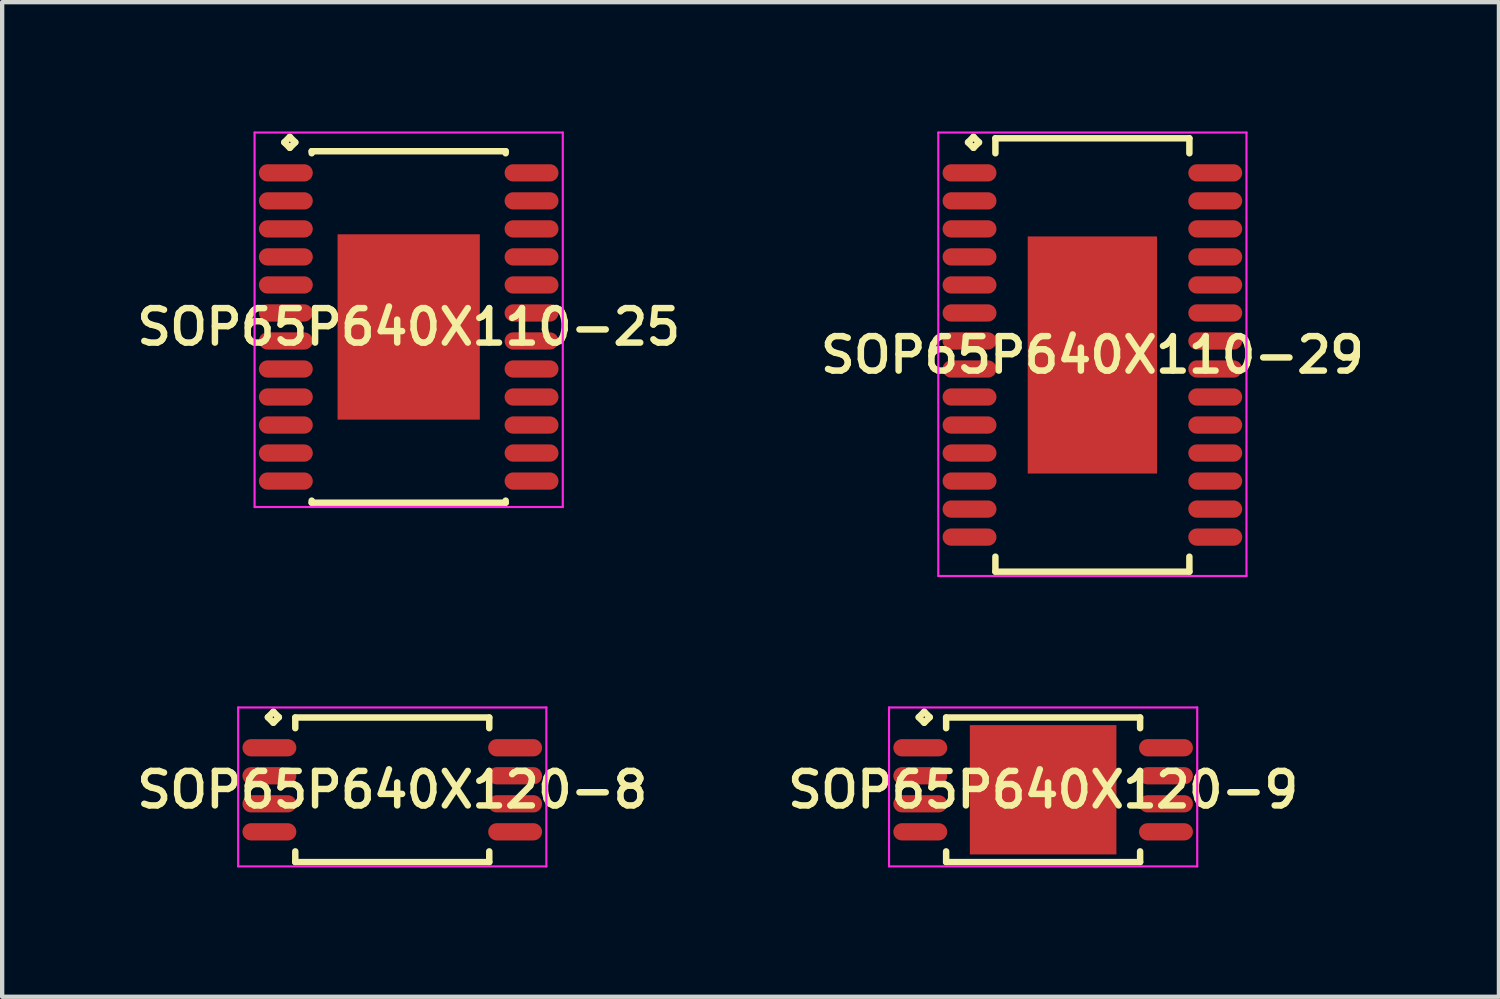
<source format=kicad_pcb>
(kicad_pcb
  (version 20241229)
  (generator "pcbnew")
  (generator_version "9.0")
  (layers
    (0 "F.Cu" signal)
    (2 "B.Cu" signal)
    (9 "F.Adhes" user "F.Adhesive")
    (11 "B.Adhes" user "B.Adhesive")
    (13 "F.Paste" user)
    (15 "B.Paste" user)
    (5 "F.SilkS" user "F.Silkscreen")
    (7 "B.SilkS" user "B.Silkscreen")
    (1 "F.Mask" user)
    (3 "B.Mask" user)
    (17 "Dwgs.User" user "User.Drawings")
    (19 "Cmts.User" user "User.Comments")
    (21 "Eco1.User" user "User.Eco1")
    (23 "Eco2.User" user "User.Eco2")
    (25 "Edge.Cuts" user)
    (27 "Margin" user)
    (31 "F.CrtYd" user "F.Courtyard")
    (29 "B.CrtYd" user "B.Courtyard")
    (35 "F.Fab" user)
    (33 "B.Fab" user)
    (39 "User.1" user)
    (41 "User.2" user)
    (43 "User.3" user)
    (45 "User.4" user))
  (footprint "SOP65P640X120-8"
    (layer "F.Cu")
    (at 6.05 15.272)
    (property "Reference" "SOP65P640X120-8" (at 0 0 0) (layer "F.SilkS") (effects (font (size 0.8 0.8) (thickness 0.15))))
    (attr smd)
    (fp_line (start -2.885 -1.683) (end -2.758 -1.81) (stroke (width 0.15) (type solid)) (layer "F.SilkS"))
    (fp_line (start -2.758 -1.81) (end -2.631 -1.683) (stroke (width 0.15) (type solid)) (layer "F.SilkS"))
    (fp_line (start -2.758 -1.556) (end -2.885 -1.683) (stroke (width 0.15) (type solid)) (layer "F.SilkS"))
    (fp_line (start -2.631 -1.683) (end -2.758 -1.556) (stroke (width 0.15) (type solid)) (layer "F.SilkS"))
    (fp_line (start -2.25 -1.677) (end 2.25 -1.677) (stroke (width 0.15) (type solid)) (layer "F.SilkS"))
    (fp_line (start -2.25 -1.429) (end -2.25 -1.677) (stroke (width 0.15) (type solid)) (layer "F.SilkS"))
    (fp_line (start -2.25 1.429) (end -2.25 1.677) (stroke (width 0.15) (type solid)) (layer "F.SilkS"))
    (fp_line (start -2.25 1.677) (end 2.25 1.677) (stroke (width 0.15) (type solid)) (layer "F.SilkS"))
    (fp_line (start 2.25 -1.677) (end 2.25 -1.429) (stroke (width 0.15) (type solid)) (layer "F.SilkS"))
    (fp_line (start 2.25 1.677) (end 2.25 1.429) (stroke (width 0.15) (type solid)) (layer "F.SilkS"))
    (fp_line (start -3.575 -1.91) (end 3.575 -1.91) (stroke (width 0.05) (type solid)) (layer "F.CrtYd"))
    (fp_line (start -3.575 1.777) (end -3.575 -1.91) (stroke (width 0.05) (type solid)) (layer "F.CrtYd"))
    (fp_line (start 3.575 -1.91) (end 3.575 1.777) (stroke (width 0.05) (type solid)) (layer "F.CrtYd"))
    (fp_line (start 3.575 1.777) (end -3.575 1.777) (stroke (width 0.05) (type solid)) (layer "F.CrtYd"))
    (pad "1" smd oval (at -2.85 -0.975) (size 1.25 0.4) (layers "F.Cu" "F.Mask" "F.Paste"))
    (pad "2" smd oval (at -2.85 -0.325) (size 1.25 0.4) (layers "F.Cu" "F.Mask" "F.Paste"))
    (pad "3" smd oval (at -2.85 0.325) (size 1.25 0.4) (layers "F.Cu" "F.Mask" "F.Paste"))
    (pad "4" smd oval (at -2.85 0.975) (size 1.25 0.4) (layers "F.Cu" "F.Mask" "F.Paste"))
    (pad "5" smd oval (at 2.85 0.975) (size 1.25 0.4) (layers "F.Cu" "F.Mask" "F.Paste"))
    (pad "6" smd oval (at 2.85 0.325) (size 1.25 0.4) (layers "F.Cu" "F.Mask" "F.Paste"))
    (pad "7" smd oval (at 2.85 -0.325) (size 1.25 0.4) (layers "F.Cu" "F.Mask" "F.Paste"))
    (pad "8" smd oval (at 2.85 -0.975) (size 1.25 0.4) (layers "F.Cu" "F.Mask" "F.Paste")))
  (footprint "SOP65P640X110-25"
    (layer "F.Cu")
    (at 6.431 4.535)
    (property "Reference" "SOP65P640X110-25" (at 0 0 0) (layer "F.SilkS") (effects (font (size 0.8 0.8) (thickness 0.15))))
    (attr smd)
    (fp_line (start -2.885 -4.283) (end -2.758 -4.41) (stroke (width 0.15) (type solid)) (layer "F.SilkS"))
    (fp_line (start -2.758 -4.41) (end -2.631 -4.283) (stroke (width 0.15) (type solid)) (layer "F.SilkS"))
    (fp_line (start -2.758 -4.156) (end -2.885 -4.283) (stroke (width 0.15) (type solid)) (layer "F.SilkS"))
    (fp_line (start -2.631 -4.283) (end -2.758 -4.156) (stroke (width 0.15) (type solid)) (layer "F.SilkS"))
    (fp_line (start -2.25 -4.077) (end 2.25 -4.077) (stroke (width 0.15) (type solid)) (layer "F.SilkS"))
    (fp_line (start -2.25 -4.029) (end -2.25 -4.077) (stroke (width 0.15) (type solid)) (layer "F.SilkS"))
    (fp_line (start -2.25 4.029) (end -2.25 4.077) (stroke (width 0.15) (type solid)) (layer "F.SilkS"))
    (fp_line (start -2.25 4.077) (end 2.25 4.077) (stroke (width 0.15) (type solid)) (layer "F.SilkS"))
    (fp_line (start 2.25 -4.077) (end 2.25 -4.029) (stroke (width 0.15) (type solid)) (layer "F.SilkS"))
    (fp_line (start 2.25 4.077) (end 2.25 4.029) (stroke (width 0.15) (type solid)) (layer "F.SilkS"))
    (fp_line (start -3.575 -4.51) (end 3.575 -4.51) (stroke (width 0.05) (type solid)) (layer "F.CrtYd"))
    (fp_line (start -3.575 4.177) (end -3.575 -4.51) (stroke (width 0.05) (type solid)) (layer "F.CrtYd"))
    (fp_line (start 3.575 -4.51) (end 3.575 4.177) (stroke (width 0.05) (type solid)) (layer "F.CrtYd"))
    (fp_line (start 3.575 4.177) (end -3.575 4.177) (stroke (width 0.05) (type solid)) (layer "F.CrtYd"))
    (pad "1" smd oval (at -2.85 -3.575) (size 1.25 0.4) (layers "F.Cu" "F.Mask" "F.Paste"))
    (pad "2" smd oval (at -2.85 -2.925) (size 1.25 0.4) (layers "F.Cu" "F.Mask" "F.Paste"))
    (pad "3" smd oval (at -2.85 -2.275) (size 1.25 0.4) (layers "F.Cu" "F.Mask" "F.Paste"))
    (pad "4" smd oval (at -2.85 -1.625) (size 1.25 0.4) (layers "F.Cu" "F.Mask" "F.Paste"))
    (pad "5" smd oval (at -2.85 -0.975) (size 1.25 0.4) (layers "F.Cu" "F.Mask" "F.Paste"))
    (pad "6" smd oval (at -2.85 -0.325) (size 1.25 0.4) (layers "F.Cu" "F.Mask" "F.Paste"))
    (pad "7" smd oval (at -2.85 0.325) (size 1.25 0.4) (layers "F.Cu" "F.Mask" "F.Paste"))
    (pad "8" smd oval (at -2.85 0.975) (size 1.25 0.4) (layers "F.Cu" "F.Mask" "F.Paste"))
    (pad "9" smd oval (at -2.85 1.625) (size 1.25 0.4) (layers "F.Cu" "F.Mask" "F.Paste"))
    (pad "10" smd oval (at -2.85 2.275) (size 1.25 0.4) (layers "F.Cu" "F.Mask" "F.Paste"))
    (pad "11" smd oval (at -2.85 2.925) (size 1.25 0.4) (layers "F.Cu" "F.Mask" "F.Paste"))
    (pad "12" smd oval (at -2.85 3.575) (size 1.25 0.4) (layers "F.Cu" "F.Mask" "F.Paste"))
    (pad "13" smd oval (at 2.85 3.575) (size 1.25 0.4) (layers "F.Cu" "F.Mask" "F.Paste"))
    (pad "14" smd oval (at 2.85 2.925) (size 1.25 0.4) (layers "F.Cu" "F.Mask" "F.Paste"))
    (pad "15" smd oval (at 2.85 2.275) (size 1.25 0.4) (layers "F.Cu" "F.Mask" "F.Paste"))
    (pad "16" smd oval (at 2.85 1.625) (size 1.25 0.4) (layers "F.Cu" "F.Mask" "F.Paste"))
    (pad "17" smd oval (at 2.85 0.975) (size 1.25 0.4) (layers "F.Cu" "F.Mask" "F.Paste"))
    (pad "18" smd oval (at 2.85 0.325) (size 1.25 0.4) (layers "F.Cu" "F.Mask" "F.Paste"))
    (pad "19" smd oval (at 2.85 -0.325) (size 1.25 0.4) (layers "F.Cu" "F.Mask" "F.Paste"))
    (pad "20" smd oval (at 2.85 -0.975) (size 1.25 0.4) (layers "F.Cu" "F.Mask" "F.Paste"))
    (pad "21" smd oval (at 2.85 -1.625) (size 1.25 0.4) (layers "F.Cu" "F.Mask" "F.Paste"))
    (pad "22" smd oval (at 2.85 -2.275) (size 1.25 0.4) (layers "F.Cu" "F.Mask" "F.Paste"))
    (pad "23" smd oval (at 2.85 -2.925) (size 1.25 0.4) (layers "F.Cu" "F.Mask" "F.Paste"))
    (pad "24" smd oval (at 2.85 -3.575) (size 1.25 0.4) (layers "F.Cu" "F.Mask" "F.Paste"))
    (pad "25" smd rect (at 0 0) (size 3.3 4.3) (layers "F.Cu" "F.Mask" "F.Paste")))
  (footprint "SOP65P640X120-9"
    (layer "F.Cu")
    (at 21.149 15.272)
    (property "Reference" "SOP65P640X120-9" (at 0 0 0) (layer "F.SilkS") (effects (font (size 0.8 0.8) (thickness 0.15))))
    (attr smd)
    (fp_line (start -2.885 -1.683) (end -2.758 -1.81) (stroke (width 0.15) (type solid)) (layer "F.SilkS"))
    (fp_line (start -2.758 -1.81) (end -2.631 -1.683) (stroke (width 0.15) (type solid)) (layer "F.SilkS"))
    (fp_line (start -2.758 -1.556) (end -2.885 -1.683) (stroke (width 0.15) (type solid)) (layer "F.SilkS"))
    (fp_line (start -2.631 -1.683) (end -2.758 -1.556) (stroke (width 0.15) (type solid)) (layer "F.SilkS"))
    (fp_line (start -2.25 -1.677) (end 2.25 -1.677) (stroke (width 0.15) (type solid)) (layer "F.SilkS"))
    (fp_line (start -2.25 -1.429) (end -2.25 -1.677) (stroke (width 0.15) (type solid)) (layer "F.SilkS"))
    (fp_line (start -2.25 1.429) (end -2.25 1.677) (stroke (width 0.15) (type solid)) (layer "F.SilkS"))
    (fp_line (start -2.25 1.677) (end 2.25 1.677) (stroke (width 0.15) (type solid)) (layer "F.SilkS"))
    (fp_line (start 2.25 -1.677) (end 2.25 -1.429) (stroke (width 0.15) (type solid)) (layer "F.SilkS"))
    (fp_line (start 2.25 1.677) (end 2.25 1.429) (stroke (width 0.15) (type solid)) (layer "F.SilkS"))
    (fp_line (start -3.575 -1.91) (end 3.575 -1.91) (stroke (width 0.05) (type solid)) (layer "F.CrtYd"))
    (fp_line (start -3.575 1.777) (end -3.575 -1.91) (stroke (width 0.05) (type solid)) (layer "F.CrtYd"))
    (fp_line (start 3.575 -1.91) (end 3.575 1.777) (stroke (width 0.05) (type solid)) (layer "F.CrtYd"))
    (fp_line (start 3.575 1.777) (end -3.575 1.777) (stroke (width 0.05) (type solid)) (layer "F.CrtYd"))
    (pad "1" smd oval (at -2.85 -0.975) (size 1.25 0.4) (layers "F.Cu" "F.Mask" "F.Paste"))
    (pad "2" smd oval (at -2.85 -0.325) (size 1.25 0.4) (layers "F.Cu" "F.Mask" "F.Paste"))
    (pad "3" smd oval (at -2.85 0.325) (size 1.25 0.4) (layers "F.Cu" "F.Mask" "F.Paste"))
    (pad "4" smd oval (at -2.85 0.975) (size 1.25 0.4) (layers "F.Cu" "F.Mask" "F.Paste"))
    (pad "5" smd oval (at 2.85 0.975) (size 1.25 0.4) (layers "F.Cu" "F.Mask" "F.Paste"))
    (pad "6" smd oval (at 2.85 0.325) (size 1.25 0.4) (layers "F.Cu" "F.Mask" "F.Paste"))
    (pad "7" smd oval (at 2.85 -0.325) (size 1.25 0.4) (layers "F.Cu" "F.Mask" "F.Paste"))
    (pad "8" smd oval (at 2.85 -0.975) (size 1.25 0.4) (layers "F.Cu" "F.Mask" "F.Paste"))
    (pad "9" smd rect (at 0 0) (size 3.4 3) (layers "F.Cu" "F.Mask" "F.Paste")))
  (footprint "SOP65P640X110-29"
    (layer "F.Cu")
    (at 22.292 5.185)
    (property "Reference" "SOP65P640X110-29" (at 0 0 0) (layer "F.SilkS") (effects (font (size 0.8 0.8) (thickness 0.15))))
    (attr smd)
    (fp_line (start -2.885 -4.933) (end -2.758 -5.06) (stroke (width 0.15) (type solid)) (layer "F.SilkS"))
    (fp_line (start -2.758 -5.06) (end -2.631 -4.933) (stroke (width 0.15) (type solid)) (layer "F.SilkS"))
    (fp_line (start -2.758 -4.806) (end -2.885 -4.933) (stroke (width 0.15) (type solid)) (layer "F.SilkS"))
    (fp_line (start -2.631 -4.933) (end -2.758 -4.806) (stroke (width 0.15) (type solid)) (layer "F.SilkS"))
    (fp_line (start -2.25 -5.027) (end 2.25 -5.027) (stroke (width 0.15) (type solid)) (layer "F.SilkS"))
    (fp_line (start -2.25 -4.679) (end -2.25 -5.027) (stroke (width 0.15) (type solid)) (layer "F.SilkS"))
    (fp_line (start -2.25 4.679) (end -2.25 5.027) (stroke (width 0.15) (type solid)) (layer "F.SilkS"))
    (fp_line (start -2.25 5.027) (end 2.25 5.027) (stroke (width 0.15) (type solid)) (layer "F.SilkS"))
    (fp_line (start 2.25 -5.027) (end 2.25 -4.679) (stroke (width 0.15) (type solid)) (layer "F.SilkS"))
    (fp_line (start 2.25 5.027) (end 2.25 4.679) (stroke (width 0.15) (type solid)) (layer "F.SilkS"))
    (fp_line (start -3.575 -5.16) (end 3.575 -5.16) (stroke (width 0.05) (type solid)) (layer "F.CrtYd"))
    (fp_line (start -3.575 5.127) (end -3.575 -5.16) (stroke (width 0.05) (type solid)) (layer "F.CrtYd"))
    (fp_line (start 3.575 -5.16) (end 3.575 5.127) (stroke (width 0.05) (type solid)) (layer "F.CrtYd"))
    (fp_line (start 3.575 5.127) (end -3.575 5.127) (stroke (width 0.05) (type solid)) (layer "F.CrtYd"))
    (pad "1" smd oval (at -2.85 -4.225) (size 1.25 0.4) (layers "F.Cu" "F.Mask" "F.Paste"))
    (pad "2" smd oval (at -2.85 -3.575) (size 1.25 0.4) (layers "F.Cu" "F.Mask" "F.Paste"))
    (pad "3" smd oval (at -2.85 -2.925) (size 1.25 0.4) (layers "F.Cu" "F.Mask" "F.Paste"))
    (pad "4" smd oval (at -2.85 -2.275) (size 1.25 0.4) (layers "F.Cu" "F.Mask" "F.Paste"))
    (pad "5" smd oval (at -2.85 -1.625) (size 1.25 0.4) (layers "F.Cu" "F.Mask" "F.Paste"))
    (pad "6" smd oval (at -2.85 -0.975) (size 1.25 0.4) (layers "F.Cu" "F.Mask" "F.Paste"))
    (pad "7" smd oval (at -2.85 -0.325) (size 1.25 0.4) (layers "F.Cu" "F.Mask" "F.Paste"))
    (pad "8" smd oval (at -2.85 0.325) (size 1.25 0.4) (layers "F.Cu" "F.Mask" "F.Paste"))
    (pad "9" smd oval (at -2.85 0.975) (size 1.25 0.4) (layers "F.Cu" "F.Mask" "F.Paste"))
    (pad "10" smd oval (at -2.85 1.625) (size 1.25 0.4) (layers "F.Cu" "F.Mask" "F.Paste"))
    (pad "11" smd oval (at -2.85 2.275) (size 1.25 0.4) (layers "F.Cu" "F.Mask" "F.Paste"))
    (pad "12" smd oval (at -2.85 2.925) (size 1.25 0.4) (layers "F.Cu" "F.Mask" "F.Paste"))
    (pad "13" smd oval (at -2.85 3.575) (size 1.25 0.4) (layers "F.Cu" "F.Mask" "F.Paste"))
    (pad "14" smd oval (at -2.85 4.225) (size 1.25 0.4) (layers "F.Cu" "F.Mask" "F.Paste"))
    (pad "15" smd oval (at 2.85 4.225) (size 1.25 0.4) (layers "F.Cu" "F.Mask" "F.Paste"))
    (pad "16" smd oval (at 2.85 3.575) (size 1.25 0.4) (layers "F.Cu" "F.Mask" "F.Paste"))
    (pad "17" smd oval (at 2.85 2.925) (size 1.25 0.4) (layers "F.Cu" "F.Mask" "F.Paste"))
    (pad "18" smd oval (at 2.85 2.275) (size 1.25 0.4) (layers "F.Cu" "F.Mask" "F.Paste"))
    (pad "19" smd oval (at 2.85 1.625) (size 1.25 0.4) (layers "F.Cu" "F.Mask" "F.Paste"))
    (pad "20" smd oval (at 2.85 0.975) (size 1.25 0.4) (layers "F.Cu" "F.Mask" "F.Paste"))
    (pad "21" smd oval (at 2.85 0.325) (size 1.25 0.4) (layers "F.Cu" "F.Mask" "F.Paste"))
    (pad "22" smd oval (at 2.85 -0.325) (size 1.25 0.4) (layers "F.Cu" "F.Mask" "F.Paste"))
    (pad "23" smd oval (at 2.85 -0.975) (size 1.25 0.4) (layers "F.Cu" "F.Mask" "F.Paste"))
    (pad "24" smd oval (at 2.85 -1.625) (size 1.25 0.4) (layers "F.Cu" "F.Mask" "F.Paste"))
    (pad "25" smd oval (at 2.85 -2.275) (size 1.25 0.4) (layers "F.Cu" "F.Mask" "F.Paste"))
    (pad "26" smd oval (at 2.85 -2.925) (size 1.25 0.4) (layers "F.Cu" "F.Mask" "F.Paste"))
    (pad "27" smd oval (at 2.85 -3.575) (size 1.25 0.4) (layers "F.Cu" "F.Mask" "F.Paste"))
    (pad "28" smd oval (at 2.85 -4.225) (size 1.25 0.4) (layers "F.Cu" "F.Mask" "F.Paste"))
    (pad "29" smd rect (at 0 0) (size 3 5.5) (layers "F.Cu" "F.Mask" "F.Paste")))
  (gr_rect
    (start -3 -3)
    (end 31.723 20.074)
    (stroke (width 0.1) (type default))
    (fill no)
    (layer "Edge.Cuts")))
</source>
